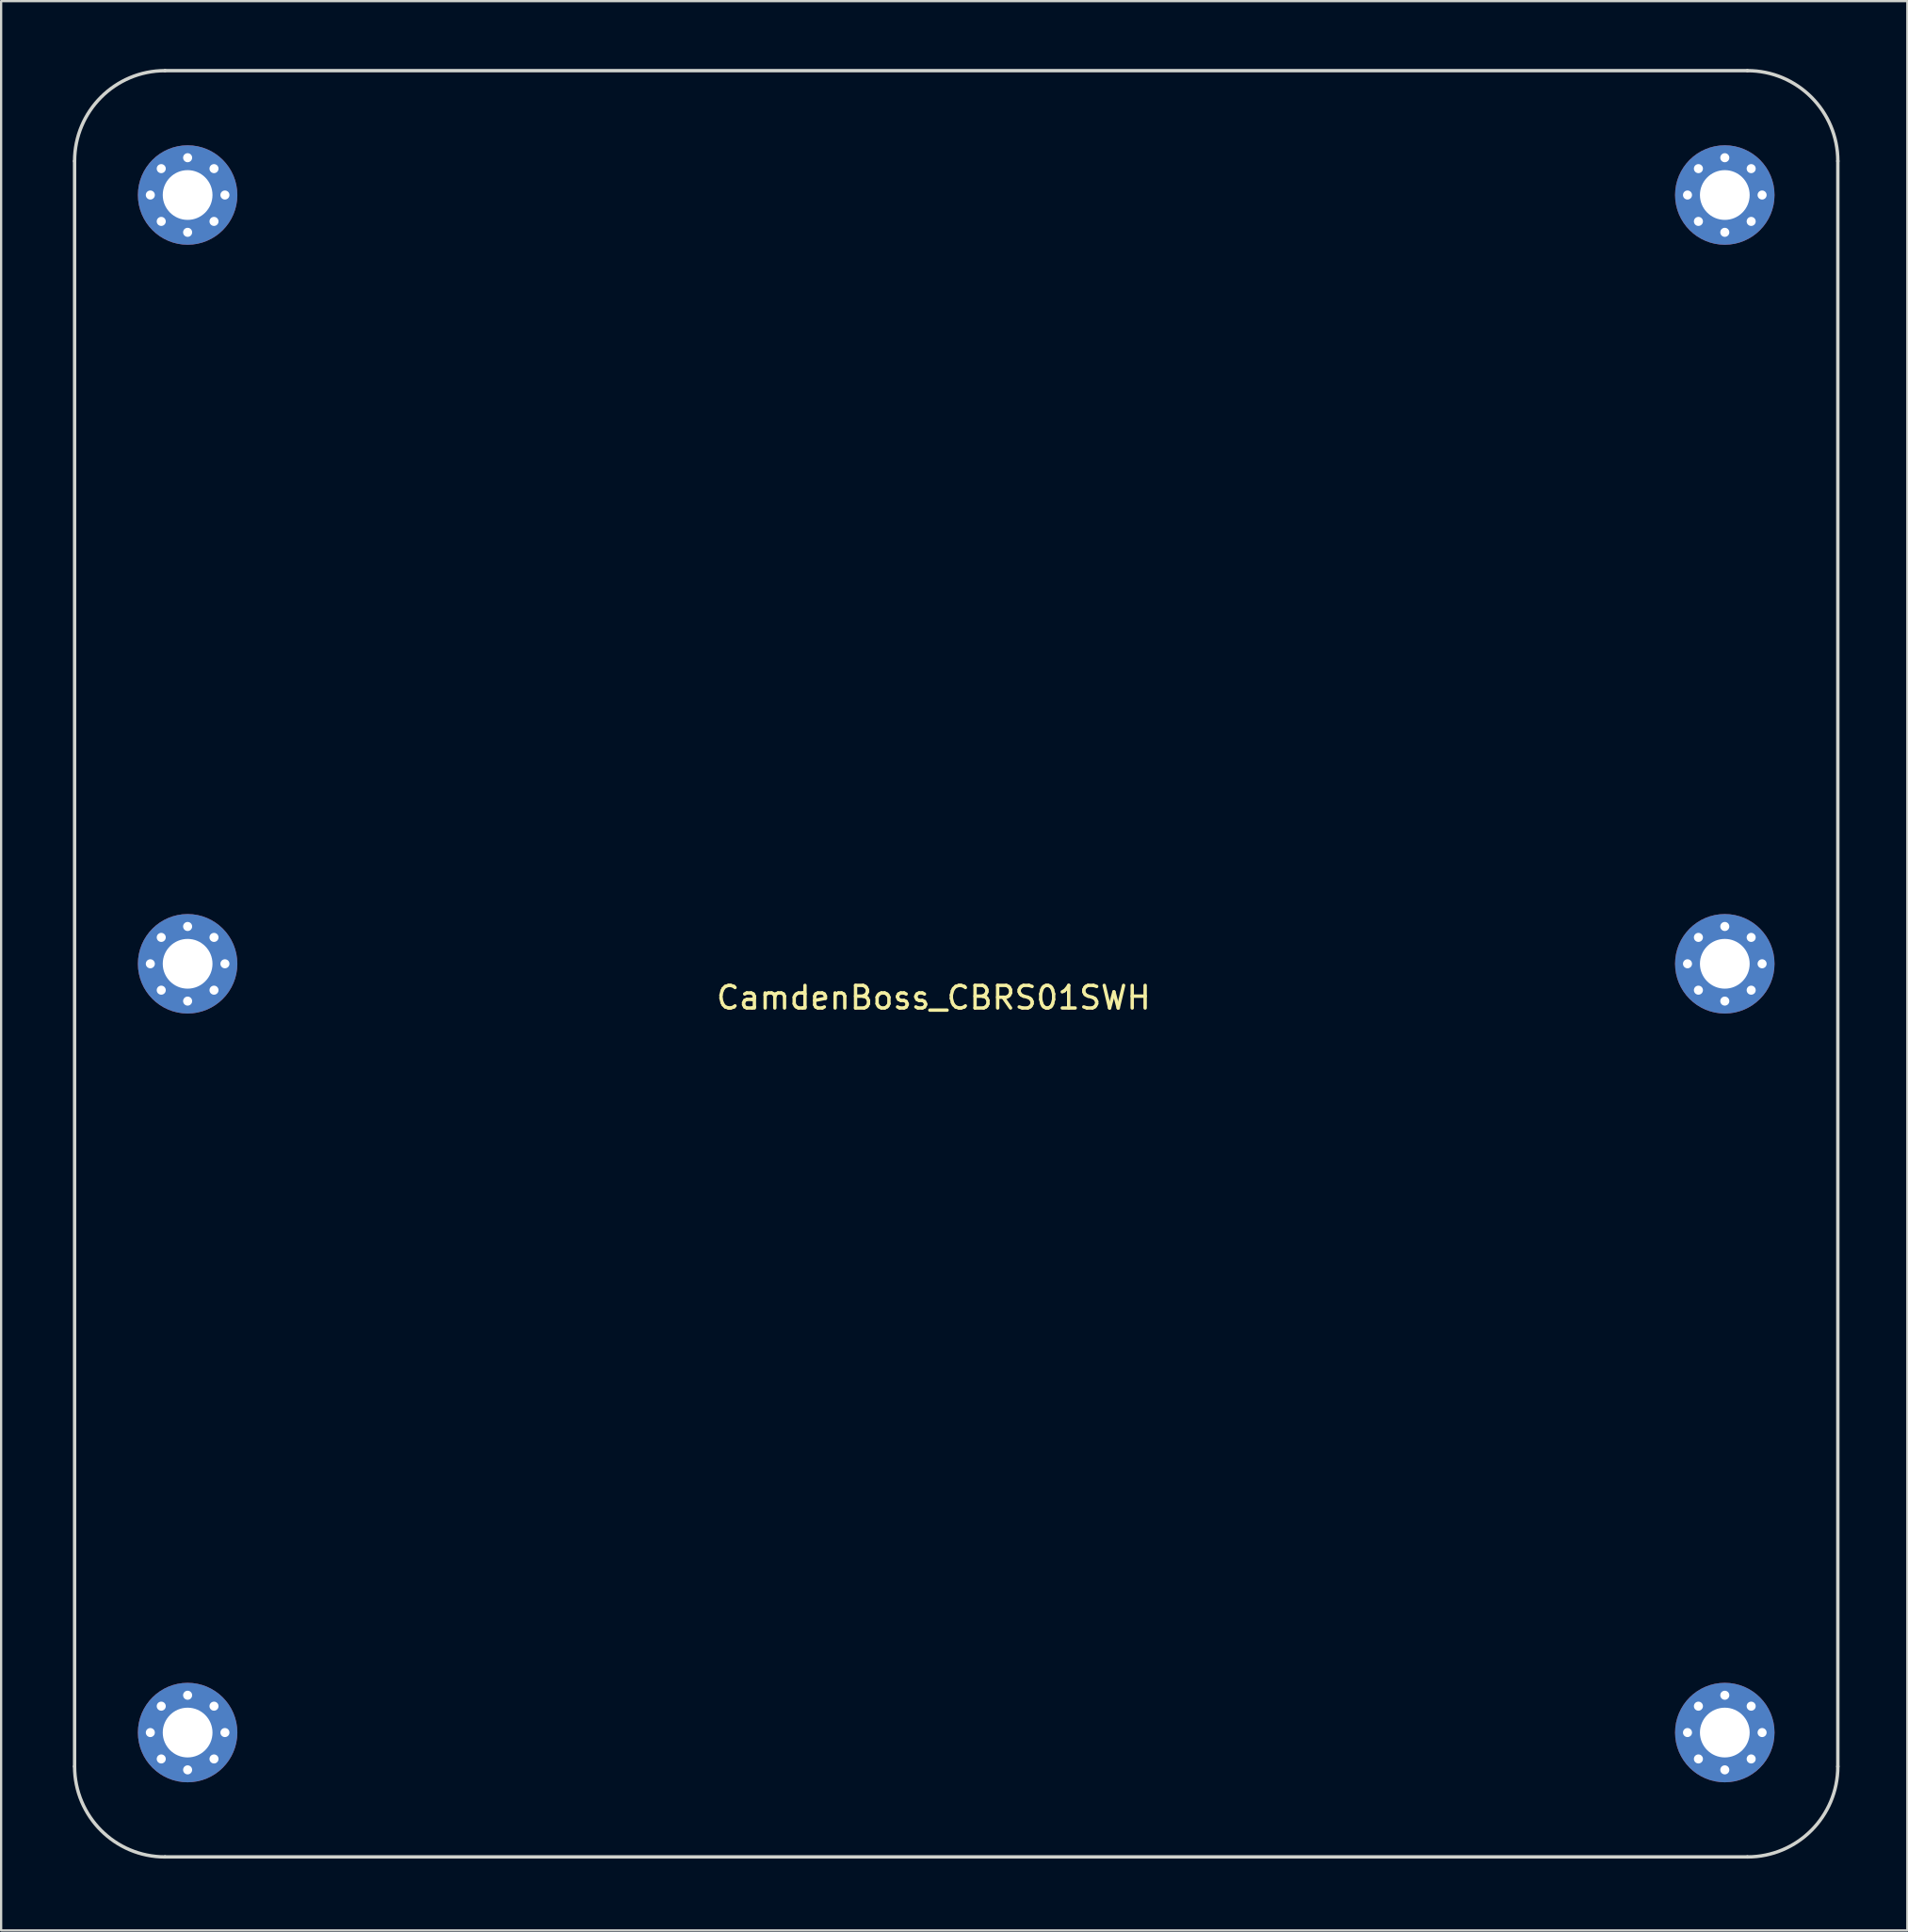
<source format=kicad_pcb>
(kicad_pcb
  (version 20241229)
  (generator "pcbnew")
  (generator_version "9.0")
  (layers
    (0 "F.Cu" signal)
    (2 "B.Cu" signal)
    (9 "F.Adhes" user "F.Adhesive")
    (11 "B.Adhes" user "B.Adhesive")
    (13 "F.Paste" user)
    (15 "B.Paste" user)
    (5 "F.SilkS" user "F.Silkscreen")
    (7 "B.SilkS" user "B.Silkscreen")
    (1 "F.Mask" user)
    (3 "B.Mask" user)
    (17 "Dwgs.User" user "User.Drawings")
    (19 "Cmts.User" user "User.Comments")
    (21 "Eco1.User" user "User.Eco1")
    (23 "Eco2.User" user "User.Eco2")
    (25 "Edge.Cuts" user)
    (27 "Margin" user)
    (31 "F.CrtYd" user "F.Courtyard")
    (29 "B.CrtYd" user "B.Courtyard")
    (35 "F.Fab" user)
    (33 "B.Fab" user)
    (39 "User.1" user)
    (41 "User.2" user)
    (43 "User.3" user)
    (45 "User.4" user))
  (footprint "CamdenBoss_CBRS01SWH"
    (layer "F.Cu")
    (at 0.25 79.075)
    (property "Reference" "CamdenBoss_CBRS01SWH" (at 38 -38 0) (layer "F.SilkS") (effects (font (size 1 1) (thickness 0.15))))
    (attr through_hole)
    (fp_line (start 0 -4) (end 0 -75) (stroke (width 0.15) (type solid)) (layer "Edge.Cuts"))
    (fp_line (start 4 -79) (end 74 -79) (stroke (width 0.15) (type solid)) (layer "Edge.Cuts"))
    (fp_line (start 4 0) (end 74 0) (stroke (width 0.15) (type solid)) (layer "Edge.Cuts"))
    (fp_line (start 78 -4) (end 78 -75) (stroke (width 0.15) (type solid)) (layer "Edge.Cuts"))
    (fp_arc (start 0 -75) (mid 1.171573 -77.828427) (end 4 -79) (stroke (width 0.15) (type solid)) (layer "Edge.Cuts"))
    (fp_arc (start 4 0) (mid 1.171573 -1.171573) (end 0 -4) (stroke (width 0.15) (type solid)) (layer "Edge.Cuts"))
    (fp_arc (start 74 -79) (mid 76.828427 -77.828427) (end 78 -75) (stroke (width 0.15) (type solid)) (layer "Edge.Cuts"))
    (fp_arc (start 78 -4) (mid 76.828427 -1.171573) (end 74 0) (stroke (width 0.15) (type solid)) (layer "Edge.Cuts"))
    (pad "1" thru_hole circle (at 3.35 -73.5) (size 0.7 0.7) (drill 0.4) (layers "*.Cu" "*.Mask"))
    (pad "1" thru_hole circle (at 3.35 -39.5) (size 0.7 0.7) (drill 0.4) (layers "*.Cu" "*.Mask"))
    (pad "1" thru_hole circle (at 3.35 -5.5) (size 0.7 0.7) (drill 0.4) (layers "*.Cu" "*.Mask"))
    (pad "1" thru_hole circle (at 3.833 -74.667) (size 0.7 0.7) (drill 0.4) (layers "*.Cu" "*.Mask"))
    (pad "1" thru_hole circle (at 3.833 -72.333) (size 0.7 0.7) (drill 0.4) (layers "*.Cu" "*.Mask"))
    (pad "1" thru_hole circle (at 3.833 -40.667) (size 0.7 0.7) (drill 0.4) (layers "*.Cu" "*.Mask"))
    (pad "1" thru_hole circle (at 3.833 -38.333) (size 0.7 0.7) (drill 0.4) (layers "*.Cu" "*.Mask"))
    (pad "1" thru_hole circle (at 3.833 -6.667) (size 0.7 0.7) (drill 0.4) (layers "*.Cu" "*.Mask"))
    (pad "1" thru_hole circle (at 3.833 -4.333) (size 0.7 0.7) (drill 0.4) (layers "*.Cu" "*.Mask"))
    (pad "1" thru_hole circle (at 5 -75.15) (size 0.7 0.7) (drill 0.4) (layers "*.Cu" "*.Mask"))
    (pad "1" thru_hole circle (at 5 -73.5) (size 4.4 4.4) (drill 2.2) (layers "*.Cu" "*.Mask"))
    (pad "1" thru_hole circle (at 5 -71.85) (size 0.7 0.7) (drill 0.4) (layers "*.Cu" "*.Mask"))
    (pad "1" thru_hole circle (at 5 -41.15) (size 0.7 0.7) (drill 0.4) (layers "*.Cu" "*.Mask"))
    (pad "1" thru_hole circle (at 5 -39.5) (size 4.4 4.4) (drill 2.2) (layers "*.Cu" "*.Mask"))
    (pad "1" thru_hole circle (at 5 -37.85) (size 0.7 0.7) (drill 0.4) (layers "*.Cu" "*.Mask"))
    (pad "1" thru_hole circle (at 5 -7.15) (size 0.7 0.7) (drill 0.4) (layers "*.Cu" "*.Mask"))
    (pad "1" thru_hole circle (at 5 -5.5) (size 4.4 4.4) (drill 2.2) (layers "*.Cu" "*.Mask"))
    (pad "1" thru_hole circle (at 5 -3.85) (size 0.7 0.7) (drill 0.4) (layers "*.Cu" "*.Mask"))
    (pad "1" thru_hole circle (at 6.167 -74.667) (size 0.7 0.7) (drill 0.4) (layers "*.Cu" "*.Mask"))
    (pad "1" thru_hole circle (at 6.167 -72.333) (size 0.7 0.7) (drill 0.4) (layers "*.Cu" "*.Mask"))
    (pad "1" thru_hole circle (at 6.167 -40.667) (size 0.7 0.7) (drill 0.4) (layers "*.Cu" "*.Mask"))
    (pad "1" thru_hole circle (at 6.167 -38.333) (size 0.7 0.7) (drill 0.4) (layers "*.Cu" "*.Mask"))
    (pad "1" thru_hole circle (at 6.167 -6.667) (size 0.7 0.7) (drill 0.4) (layers "*.Cu" "*.Mask"))
    (pad "1" thru_hole circle (at 6.167 -4.333) (size 0.7 0.7) (drill 0.4) (layers "*.Cu" "*.Mask"))
    (pad "1" thru_hole circle (at 6.65 -73.5) (size 0.7 0.7) (drill 0.4) (layers "*.Cu" "*.Mask"))
    (pad "1" thru_hole circle (at 6.65 -39.5) (size 0.7 0.7) (drill 0.4) (layers "*.Cu" "*.Mask"))
    (pad "1" thru_hole circle (at 6.65 -5.5) (size 0.7 0.7) (drill 0.4) (layers "*.Cu" "*.Mask"))
    (pad "1" thru_hole circle (at 71.35 -73.5) (size 0.7 0.7) (drill 0.4) (layers "*.Cu" "*.Mask"))
    (pad "1" thru_hole circle (at 71.35 -39.5) (size 0.7 0.7) (drill 0.4) (layers "*.Cu" "*.Mask"))
    (pad "1" thru_hole circle (at 71.35 -5.5) (size 0.7 0.7) (drill 0.4) (layers "*.Cu" "*.Mask"))
    (pad "1" thru_hole circle (at 71.833 -74.667) (size 0.7 0.7) (drill 0.4) (layers "*.Cu" "*.Mask"))
    (pad "1" thru_hole circle (at 71.833 -72.333) (size 0.7 0.7) (drill 0.4) (layers "*.Cu" "*.Mask"))
    (pad "1" thru_hole circle (at 71.833 -40.667) (size 0.7 0.7) (drill 0.4) (layers "*.Cu" "*.Mask"))
    (pad "1" thru_hole circle (at 71.833 -38.333) (size 0.7 0.7) (drill 0.4) (layers "*.Cu" "*.Mask"))
    (pad "1" thru_hole circle (at 71.833 -6.667) (size 0.7 0.7) (drill 0.4) (layers "*.Cu" "*.Mask"))
    (pad "1" thru_hole circle (at 71.833 -4.333) (size 0.7 0.7) (drill 0.4) (layers "*.Cu" "*.Mask"))
    (pad "1" thru_hole circle (at 73 -75.15) (size 0.7 0.7) (drill 0.4) (layers "*.Cu" "*.Mask"))
    (pad "1" thru_hole circle (at 73 -73.5) (size 4.4 4.4) (drill 2.2) (layers "*.Cu" "*.Mask"))
    (pad "1" thru_hole circle (at 73 -71.85) (size 0.7 0.7) (drill 0.4) (layers "*.Cu" "*.Mask"))
    (pad "1" thru_hole circle (at 73 -41.15) (size 0.7 0.7) (drill 0.4) (layers "*.Cu" "*.Mask"))
    (pad "1" thru_hole circle (at 73 -39.5) (size 4.4 4.4) (drill 2.2) (layers "*.Cu" "*.Mask"))
    (pad "1" thru_hole circle (at 73 -37.85) (size 0.7 0.7) (drill 0.4) (layers "*.Cu" "*.Mask"))
    (pad "1" thru_hole circle (at 73 -7.15) (size 0.7 0.7) (drill 0.4) (layers "*.Cu" "*.Mask"))
    (pad "1" thru_hole circle (at 73 -5.5) (size 4.4 4.4) (drill 2.2) (layers "*.Cu" "*.Mask"))
    (pad "1" thru_hole circle (at 73 -3.85) (size 0.7 0.7) (drill 0.4) (layers "*.Cu" "*.Mask"))
    (pad "1" thru_hole circle (at 74.167 -74.667) (size 0.7 0.7) (drill 0.4) (layers "*.Cu" "*.Mask"))
    (pad "1" thru_hole circle (at 74.167 -72.333) (size 0.7 0.7) (drill 0.4) (layers "*.Cu" "*.Mask"))
    (pad "1" thru_hole circle (at 74.167 -40.667) (size 0.7 0.7) (drill 0.4) (layers "*.Cu" "*.Mask"))
    (pad "1" thru_hole circle (at 74.167 -38.333) (size 0.7 0.7) (drill 0.4) (layers "*.Cu" "*.Mask"))
    (pad "1" thru_hole circle (at 74.167 -6.667) (size 0.7 0.7) (drill 0.4) (layers "*.Cu" "*.Mask"))
    (pad "1" thru_hole circle (at 74.167 -4.333) (size 0.7 0.7) (drill 0.4) (layers "*.Cu" "*.Mask"))
    (pad "1" thru_hole circle (at 74.65 -73.5) (size 0.7 0.7) (drill 0.4) (layers "*.Cu" "*.Mask"))
    (pad "1" thru_hole circle (at 74.65 -39.5) (size 0.7 0.7) (drill 0.4) (layers "*.Cu" "*.Mask"))
    (pad "1" thru_hole circle (at 74.65 -5.5) (size 0.7 0.7) (drill 0.4) (layers "*.Cu" "*.Mask")))
  (gr_rect
    (start -3 -3)
    (end 81.325 82.325)
    (stroke (width 0.1) (type default))
    (fill no)
    (layer "Edge.Cuts")))
</source>
